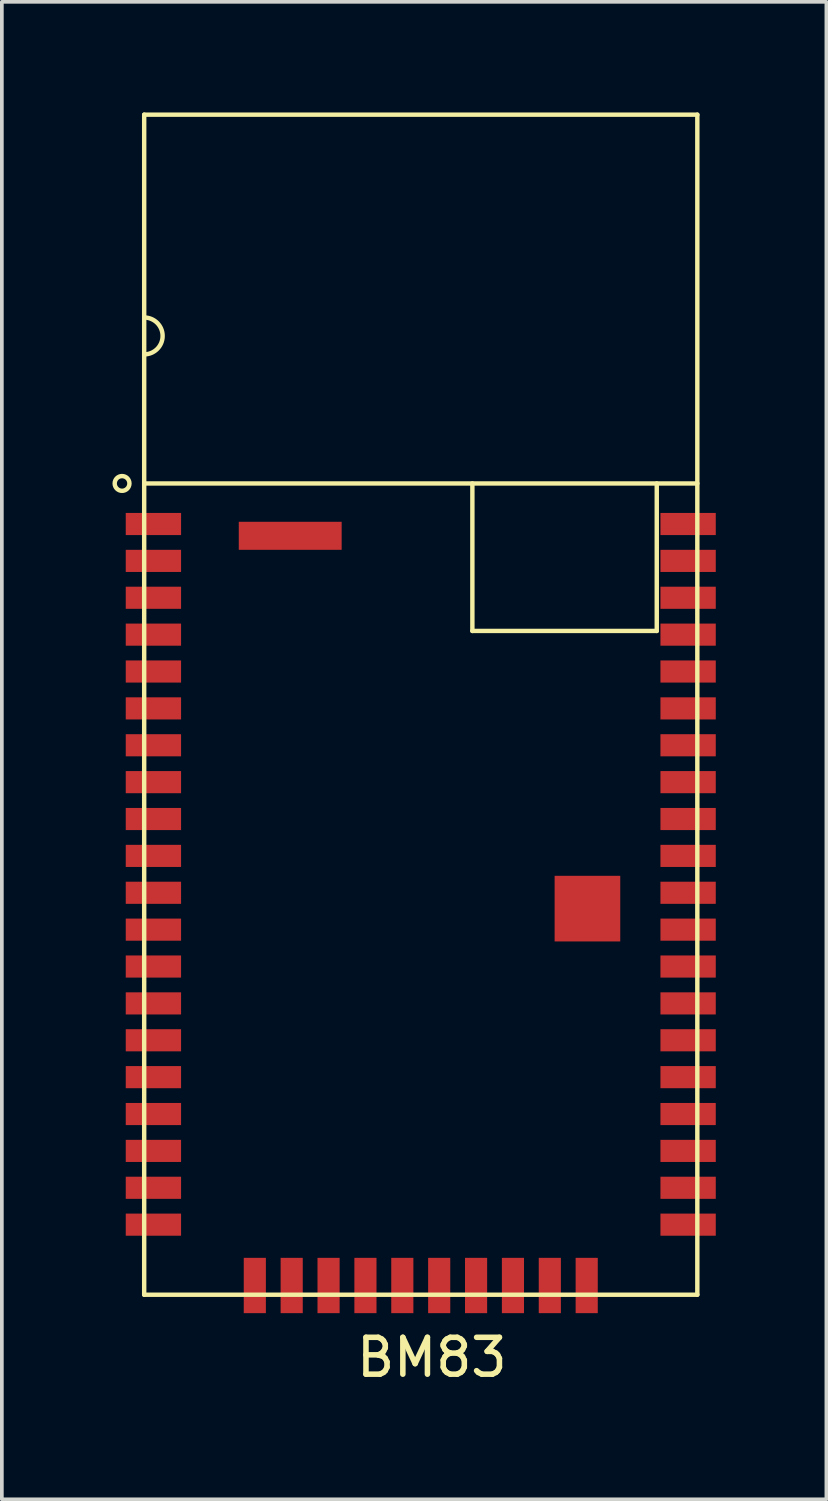
<source format=kicad_pcb>
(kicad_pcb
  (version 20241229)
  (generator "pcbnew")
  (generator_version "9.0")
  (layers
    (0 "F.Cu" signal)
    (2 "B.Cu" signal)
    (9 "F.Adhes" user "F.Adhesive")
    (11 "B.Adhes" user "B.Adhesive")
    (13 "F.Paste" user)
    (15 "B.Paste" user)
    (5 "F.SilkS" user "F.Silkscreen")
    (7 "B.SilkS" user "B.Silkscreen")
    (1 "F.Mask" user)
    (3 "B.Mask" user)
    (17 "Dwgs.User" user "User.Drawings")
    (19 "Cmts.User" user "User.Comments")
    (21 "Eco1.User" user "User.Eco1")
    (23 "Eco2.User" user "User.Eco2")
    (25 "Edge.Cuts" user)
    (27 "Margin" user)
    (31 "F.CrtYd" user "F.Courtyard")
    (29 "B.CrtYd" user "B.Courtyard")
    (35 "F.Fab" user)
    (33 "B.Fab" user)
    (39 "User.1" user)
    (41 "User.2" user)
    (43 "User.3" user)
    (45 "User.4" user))
  (footprint "BM83"
    (layer "F.Cu")
    (at 0.86 32.06)
    (property "Reference" "BM83" (at 7.8 1.7 0) (layer "F.SilkS") (effects (font (size 1 1) (thickness 0.15))))
    (attr through_hole)
    (fp_line (start 0 -32) (end 15 -32) (stroke (width 0.12) (type solid)) (layer "F.SilkS"))
    (fp_line (start 0 -22) (end 15 -22) (stroke (width 0.12) (type solid)) (layer "F.SilkS"))
    (fp_line (start 0 0) (end 0 -32) (stroke (width 0.12) (type solid)) (layer "F.SilkS"))
    (fp_line (start 8.9 -22) (end 8.9 -18) (stroke (width 0.12) (type solid)) (layer "F.SilkS"))
    (fp_line (start 8.9 -18) (end 13.9 -18) (stroke (width 0.12) (type solid)) (layer "F.SilkS"))
    (fp_line (start 13.9 -18) (end 13.9 -22) (stroke (width 0.12) (type solid)) (layer "F.SilkS"))
    (fp_line (start 15 -32) (end 15 0) (stroke (width 0.12) (type solid)) (layer "F.SilkS"))
    (fp_line (start 15 0) (end 0 0) (stroke (width 0.12) (type solid)) (layer "F.SilkS"))
    (fp_arc (start 0 -26.5) (mid 0.5 -26) (end 0 -25.5) (stroke (width 0.12) (type solid)) (layer "F.SilkS"))
    (fp_circle (center -0.6 -22) (end -0.6 -21.8) (stroke (width 0.12) (type solid)) (fill no) (layer "F.SilkS"))
    (pad "1" smd rect (at 0 -20.9) (size 1.5 0.6) (drill (offset 0.25 0)) (layers "F.Cu" "F.Mask" "F.Paste"))
    (pad "2" smd rect (at 0 -19.9) (size 1.5 0.6) (drill (offset 0.25 0)) (layers "F.Cu" "F.Mask" "F.Paste"))
    (pad "3" smd rect (at 0 -18.9) (size 1.5 0.6) (drill (offset 0.25 0)) (layers "F.Cu" "F.Mask" "F.Paste"))
    (pad "4" smd rect (at 0 -17.9) (size 1.5 0.6) (drill (offset 0.25 0)) (layers "F.Cu" "F.Mask" "F.Paste"))
    (pad "5" smd rect (at 0 -16.9) (size 1.5 0.6) (drill (offset 0.25 0)) (layers "F.Cu" "F.Mask" "F.Paste"))
    (pad "6" smd rect (at 0 -15.9) (size 1.5 0.6) (drill (offset 0.25 0)) (layers "F.Cu" "F.Mask" "F.Paste"))
    (pad "7" smd rect (at 0 -14.9) (size 1.5 0.6) (drill (offset 0.25 0)) (layers "F.Cu" "F.Mask" "F.Paste"))
    (pad "8" smd rect (at 0 -13.9) (size 1.5 0.6) (drill (offset 0.25 0)) (layers "F.Cu" "F.Mask" "F.Paste"))
    (pad "9" smd rect (at 0 -12.9) (size 1.5 0.6) (drill (offset 0.25 0)) (layers "F.Cu" "F.Mask" "F.Paste"))
    (pad "10" smd rect (at 0 -11.9) (size 1.5 0.6) (drill (offset 0.25 0)) (layers "F.Cu" "F.Mask" "F.Paste"))
    (pad "11" smd rect (at 0 -10.9) (size 1.5 0.6) (drill (offset 0.25 0)) (layers "F.Cu" "F.Mask" "F.Paste"))
    (pad "12" smd rect (at 0 -9.9) (size 1.5 0.6) (drill (offset 0.25 0)) (layers "F.Cu" "F.Mask" "F.Paste"))
    (pad "13" smd rect (at 0 -8.9) (size 1.5 0.6) (drill (offset 0.25 0)) (layers "F.Cu" "F.Mask" "F.Paste"))
    (pad "14" smd rect (at 0 -7.9) (size 1.5 0.6) (drill (offset 0.25 0)) (layers "F.Cu" "F.Mask" "F.Paste"))
    (pad "15" smd rect (at 0 -6.9) (size 1.5 0.6) (drill (offset 0.25 0)) (layers "F.Cu" "F.Mask" "F.Paste"))
    (pad "16" smd rect (at 0 -5.9) (size 1.5 0.6) (drill (offset 0.25 0)) (layers "F.Cu" "F.Mask" "F.Paste"))
    (pad "17" smd rect (at 0 -4.9) (size 1.5 0.6) (drill (offset 0.25 0)) (layers "F.Cu" "F.Mask" "F.Paste"))
    (pad "18" smd rect (at 0 -3.9) (size 1.5 0.6) (drill (offset 0.25 0)) (layers "F.Cu" "F.Mask" "F.Paste"))
    (pad "19" smd rect (at 0 -2.9) (size 1.5 0.6) (drill (offset 0.25 0)) (layers "F.Cu" "F.Mask" "F.Paste"))
    (pad "20" smd rect (at 0 -1.9) (size 1.5 0.6) (drill (offset 0.25 0)) (layers "F.Cu" "F.Mask" "F.Paste"))
    (pad "21" smd rect (at 3 0 90) (size 1.5 0.6) (drill (offset 0.25 0)) (layers "F.Cu" "F.Mask" "F.Paste"))
    (pad "22" smd rect (at 4 0 90) (size 1.5 0.6) (drill (offset 0.25 0)) (layers "F.Cu" "F.Mask" "F.Paste"))
    (pad "23" smd rect (at 5 0 90) (size 1.5 0.6) (drill (offset 0.25 0)) (layers "F.Cu" "F.Mask" "F.Paste"))
    (pad "24" smd rect (at 6 0 90) (size 1.5 0.6) (drill (offset 0.25 0)) (layers "F.Cu" "F.Mask" "F.Paste"))
    (pad "25" smd rect (at 7 0 90) (size 1.5 0.6) (drill (offset 0.25 0)) (layers "F.Cu" "F.Mask" "F.Paste"))
    (pad "26" smd rect (at 8 0 90) (size 1.5 0.6) (drill (offset 0.25 0)) (layers "F.Cu" "F.Mask" "F.Paste"))
    (pad "27" smd rect (at 9 0 90) (size 1.5 0.6) (drill (offset 0.25 0)) (layers "F.Cu" "F.Mask" "F.Paste"))
    (pad "28" smd rect (at 10 0 90) (size 1.5 0.6) (drill (offset 0.25 0)) (layers "F.Cu" "F.Mask" "F.Paste"))
    (pad "29" smd rect (at 11 0 90) (size 1.5 0.6) (drill (offset 0.25 0)) (layers "F.Cu" "F.Mask" "F.Paste"))
    (pad "30" smd rect (at 12 0 90) (size 1.5 0.6) (drill (offset 0.25 0)) (layers "F.Cu" "F.Mask" "F.Paste"))
    (pad "31" smd rect (at 15 -1.9 180) (size 1.5 0.6) (drill (offset 0.25 0)) (layers "F.Cu" "F.Mask" "F.Paste"))
    (pad "32" smd rect (at 15 -2.9 180) (size 1.5 0.6) (drill (offset 0.25 0)) (layers "F.Cu" "F.Mask" "F.Paste"))
    (pad "33" smd rect (at 15 -3.9 180) (size 1.5 0.6) (drill (offset 0.25 0)) (layers "F.Cu" "F.Mask" "F.Paste"))
    (pad "34" smd rect (at 15 -4.9 180) (size 1.5 0.6) (drill (offset 0.25 0)) (layers "F.Cu" "F.Mask" "F.Paste"))
    (pad "35" smd rect (at 15 -5.9 180) (size 1.5 0.6) (drill (offset 0.25 0)) (layers "F.Cu" "F.Mask" "F.Paste"))
    (pad "36" smd rect (at 15 -6.9 180) (size 1.5 0.6) (drill (offset 0.25 0)) (layers "F.Cu" "F.Mask" "F.Paste"))
    (pad "37" smd rect (at 15 -7.9 180) (size 1.5 0.6) (drill (offset 0.25 0)) (layers "F.Cu" "F.Mask" "F.Paste"))
    (pad "38" smd rect (at 15 -8.9 180) (size 1.5 0.6) (drill (offset 0.25 0)) (layers "F.Cu" "F.Mask" "F.Paste"))
    (pad "39" smd rect (at 15 -9.9 180) (size 1.5 0.6) (drill (offset 0.25 0)) (layers "F.Cu" "F.Mask" "F.Paste"))
    (pad "40" smd rect (at 15 -10.9 180) (size 1.5 0.6) (drill (offset 0.25 0)) (layers "F.Cu" "F.Mask" "F.Paste"))
    (pad "41" smd rect (at 15 -11.9 180) (size 1.5 0.6) (drill (offset 0.25 0)) (layers "F.Cu" "F.Mask" "F.Paste"))
    (pad "42" smd rect (at 15 -12.9 180) (size 1.5 0.6) (drill (offset 0.25 0)) (layers "F.Cu" "F.Mask" "F.Paste"))
    (pad "43" smd rect (at 15 -13.9 180) (size 1.5 0.6) (drill (offset 0.25 0)) (layers "F.Cu" "F.Mask" "F.Paste"))
    (pad "44" smd rect (at 15 -14.9 180) (size 1.5 0.6) (drill (offset 0.25 0)) (layers "F.Cu" "F.Mask" "F.Paste"))
    (pad "45" smd rect (at 15 -15.9 180) (size 1.5 0.6) (drill (offset 0.25 0)) (layers "F.Cu" "F.Mask" "F.Paste"))
    (pad "46" smd rect (at 15 -16.9 180) (size 1.5 0.6) (drill (offset 0.25 0)) (layers "F.Cu" "F.Mask" "F.Paste"))
    (pad "47" smd rect (at 15 -17.9 180) (size 1.5 0.6) (drill (offset 0.25 0)) (layers "F.Cu" "F.Mask" "F.Paste"))
    (pad "48" smd rect (at 15 -18.9 180) (size 1.5 0.6) (drill (offset 0.25 0)) (layers "F.Cu" "F.Mask" "F.Paste"))
    (pad "49" smd rect (at 15 -19.9 180) (size 1.5 0.6) (drill (offset 0.25 0)) (layers "F.Cu" "F.Mask" "F.Paste"))
    (pad "50" smd rect (at 4.21 -20.58 180) (size 2.79 0.76) (drill (offset 0.25 0)) (layers "F.Cu" "F.Mask" "F.Paste"))
    (pad "50" smd rect (at 12.27 -10.47 180) (size 1.78 1.78) (drill (offset 0.25 0)) (layers "F.Cu" "F.Mask" "F.Paste"))
    (pad "50" smd rect (at 15 -20.9 180) (size 1.5 0.6) (drill (offset 0.25 0)) (layers "F.Cu" "F.Mask" "F.Paste")))
  (gr_rect
    (start -3 -3)
    (end 19.36 37.608)
    (stroke (width 0.1) (type default))
    (fill no)
    (layer "Edge.Cuts")))
</source>
